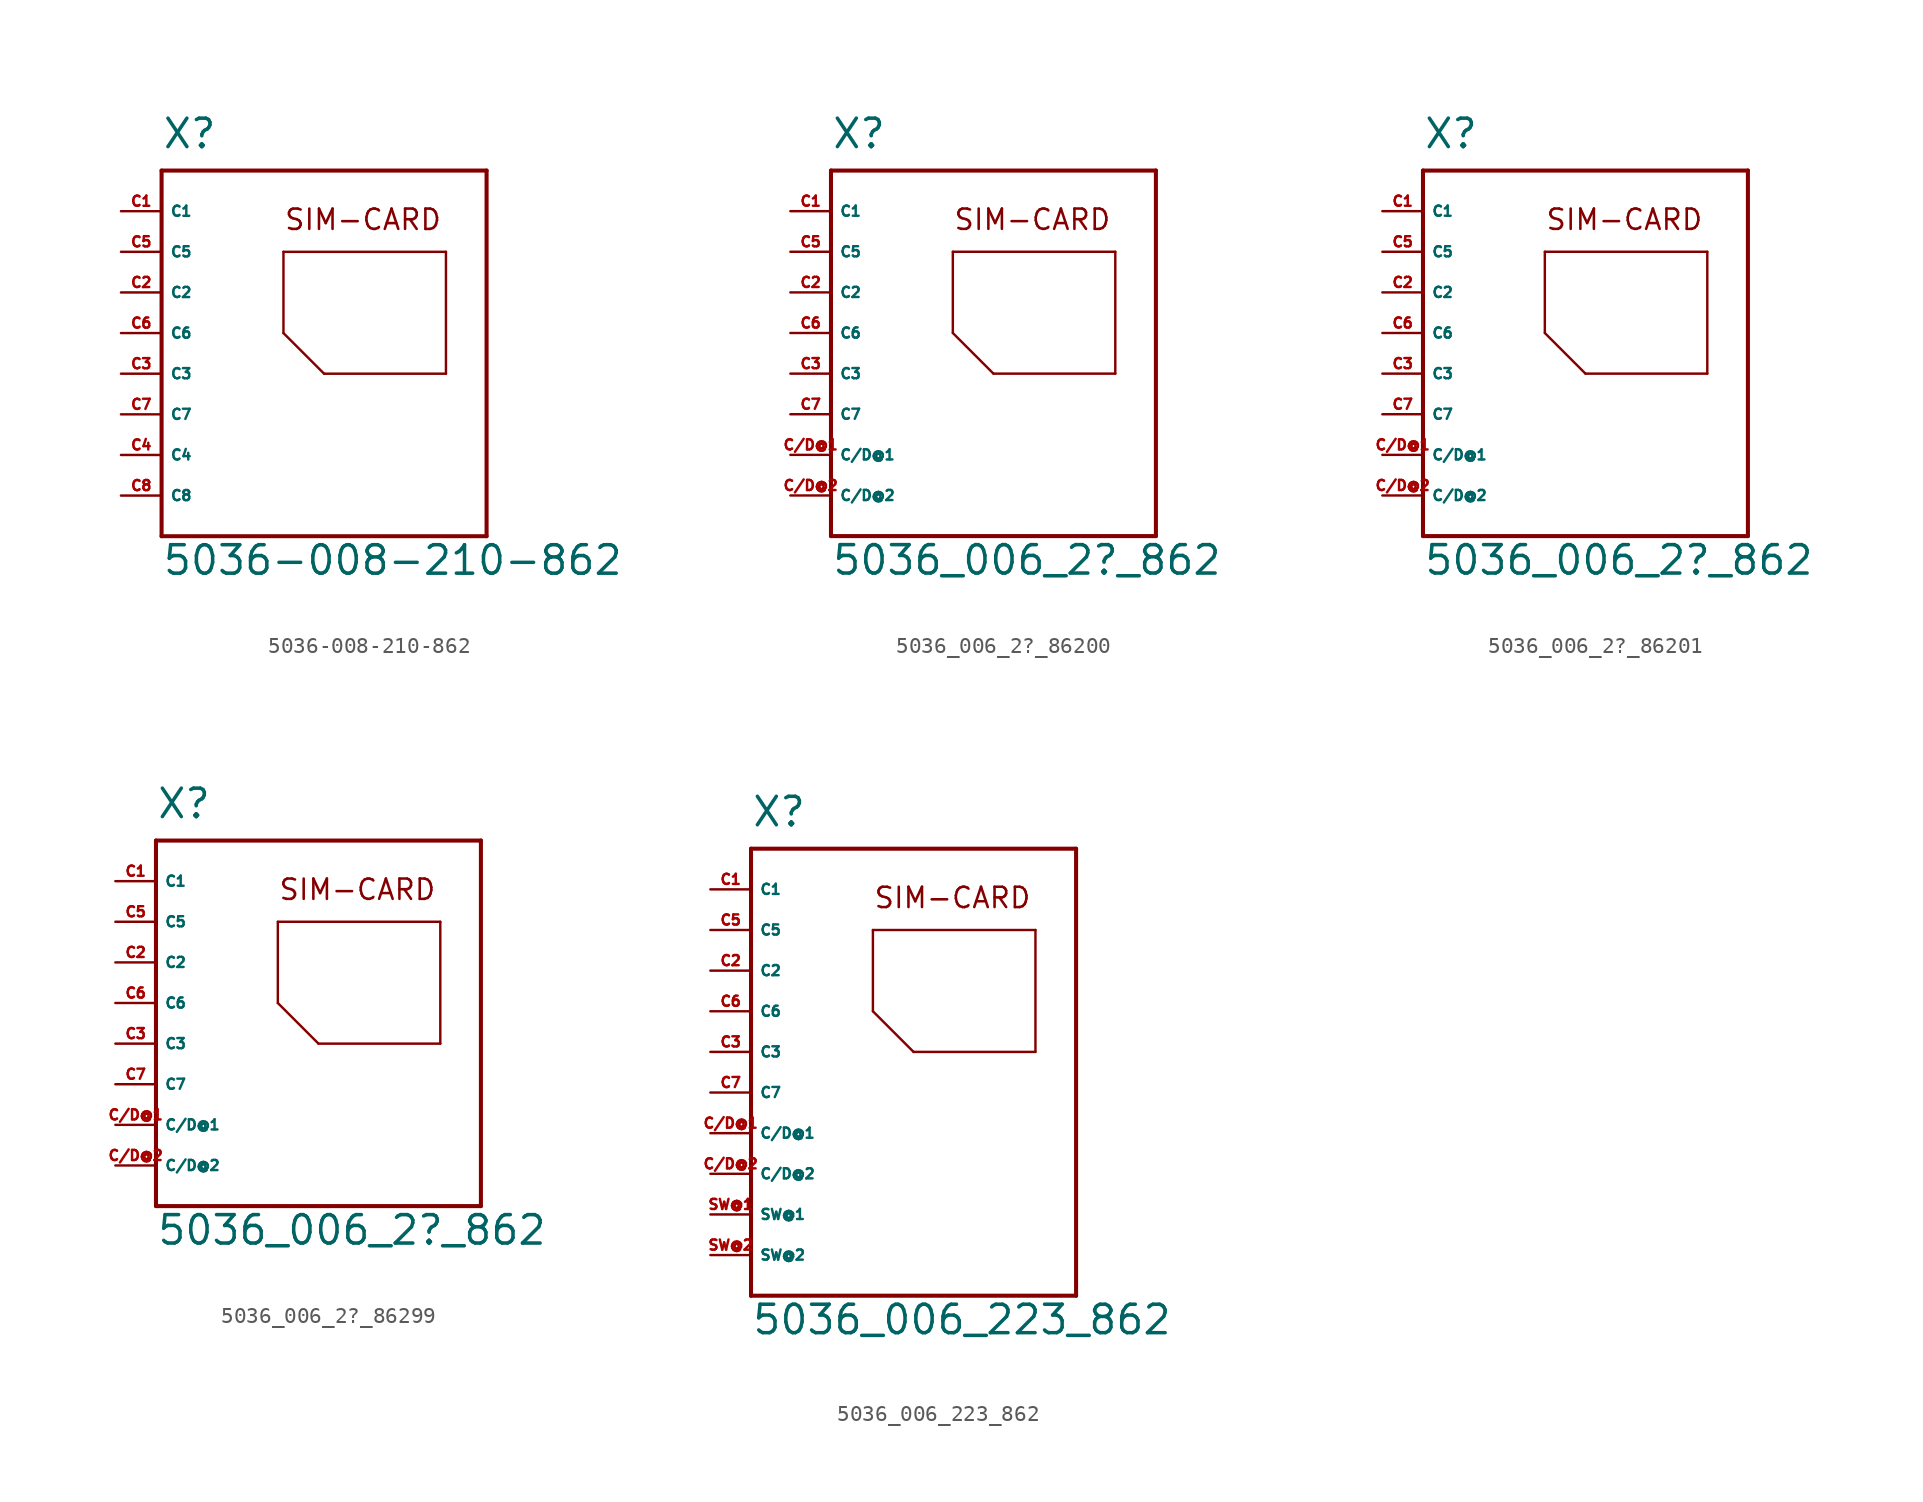
<source format=kicad_sym>
(kicad_symbol_lib
  (version 20220914)
  (generator Eagle2Kicad)
  (symbol "5036-008-210-862"
    (property "Reference" "X"
      (at -10.16 11.43 0)
      (effects (font (size 1.778 1.778) (thickness 0.22)) (justify left bottom)))
    (property "Value" "5036-008-210-862"
      (at -10.16 -15.24 0)
      (effects (font (size 1.778 1.778) (thickness 0.22)) (justify left bottom)))
    (polyline
      (pts (xy -10.16 10.16) (xy -10.16 -12.7))
      (stroke (width 0.254) (type default))
      (fill (type none)))
    (polyline
      (pts (xy -10.16 -12.7) (xy 10.16 -12.7))
      (stroke (width 0.254) (type default))
      (fill (type none)))
    (polyline
      (pts (xy 10.16 -12.7) (xy 10.16 10.16))
      (stroke (width 0.254) (type default))
      (fill (type none)))
    (polyline
      (pts (xy 10.16 10.16) (xy -10.16 10.16))
      (stroke (width 0.254) (type default))
      (fill (type none)))
    (polyline
      (pts (xy -2.54 5.08) (xy -2.54 0))
      (stroke (width 0.152) (type default))
      (fill (type none)))
    (polyline
      (pts (xy -2.54 0) (xy 0 -2.54))
      (stroke (width 0.152) (type default))
      (fill (type none)))
    (polyline
      (pts (xy 0 -2.54) (xy 7.62 -2.54))
      (stroke (width 0.152) (type default))
      (fill (type none)))
    (polyline
      (pts (xy 7.62 -2.54) (xy 7.62 5.08))
      (stroke (width 0.152) (type default))
      (fill (type none)))
    (polyline
      (pts (xy 7.62 5.08) (xy -2.54 5.08))
      (stroke (width 0.152) (type default))
      (fill (type none)))
    (text "SIM-CARD"
      (at -2.54 6.35 0)
      (effects (font (size 1.27 1.27) (thickness 0.16)) (justify left bottom)))
    (pin passive line
      (at -12.7 7.62 0)
      (length 2.54)
      (name "C1" (effects (font (size 0.635 0.635) (thickness 0.08)) (justify left bottom)))
      (number "C1" (effects (font (size 0.635 0.635) (thickness 0.08)) (justify left bottom))))
    (pin passive line
      (at -12.7 2.54 0)
      (length 2.54)
      (name "C2" (effects (font (size 0.635 0.635) (thickness 0.08)) (justify left bottom)))
      (number "C2" (effects (font (size 0.635 0.635) (thickness 0.08)) (justify left bottom))))
    (pin passive line
      (at -12.7 -2.54 0)
      (length 2.54)
      (name "C3" (effects (font (size 0.635 0.635) (thickness 0.08)) (justify left bottom)))
      (number "C3" (effects (font (size 0.635 0.635) (thickness 0.08)) (justify left bottom))))
    (pin passive line
      (at -12.7 5.08 0)
      (length 2.54)
      (name "C5" (effects (font (size 0.635 0.635) (thickness 0.08)) (justify left bottom)))
      (number "C5" (effects (font (size 0.635 0.635) (thickness 0.08)) (justify left bottom))))
    (pin passive line
      (at -12.7 0 0)
      (length 2.54)
      (name "C6" (effects (font (size 0.635 0.635) (thickness 0.08)) (justify left bottom)))
      (number "C6" (effects (font (size 0.635 0.635) (thickness 0.08)) (justify left bottom))))
    (pin passive line
      (at -12.7 -5.08 0)
      (length 2.54)
      (name "C7" (effects (font (size 0.635 0.635) (thickness 0.08)) (justify left bottom)))
      (number "C7" (effects (font (size 0.635 0.635) (thickness 0.08)) (justify left bottom))))
    (pin passive line
      (at -12.7 -7.62 0)
      (length 2.54)
      (name "C4" (effects (font (size 0.635 0.635) (thickness 0.08)) (justify left bottom)))
      (number "C4" (effects (font (size 0.635 0.635) (thickness 0.08)) (justify left bottom))))
    (pin passive line
      (at -12.7 -10.16 0)
      (length 2.54)
      (name "C8" (effects (font (size 0.635 0.635) (thickness 0.08)) (justify left bottom)))
      (number "C8" (effects (font (size 0.635 0.635) (thickness 0.08)) (justify left bottom)))))
  (symbol "5036_006_2?_86200"
    (property "Reference" "X"
      (at -10.16 11.43 0)
      (effects (font (size 1.778 1.778) (thickness 0.22)) (justify left bottom)))
    (property "Value" "5036_006_2?_862"
      (at -10.16 -15.24 0)
      (effects (font (size 1.778 1.778) (thickness 0.22)) (justify left bottom)))
    (polyline
      (pts (xy -10.16 10.16) (xy -10.16 -12.7))
      (stroke (width 0.254) (type default))
      (fill (type none)))
    (polyline
      (pts (xy -10.16 -12.7) (xy 10.16 -12.7))
      (stroke (width 0.254) (type default))
      (fill (type none)))
    (polyline
      (pts (xy 10.16 -12.7) (xy 10.16 10.16))
      (stroke (width 0.254) (type default))
      (fill (type none)))
    (polyline
      (pts (xy 10.16 10.16) (xy -10.16 10.16))
      (stroke (width 0.254) (type default))
      (fill (type none)))
    (polyline
      (pts (xy -2.54 5.08) (xy -2.54 0))
      (stroke (width 0.152) (type default))
      (fill (type none)))
    (polyline
      (pts (xy -2.54 0) (xy 0 -2.54))
      (stroke (width 0.152) (type default))
      (fill (type none)))
    (polyline
      (pts (xy 0 -2.54) (xy 7.62 -2.54))
      (stroke (width 0.152) (type default))
      (fill (type none)))
    (polyline
      (pts (xy 7.62 -2.54) (xy 7.62 5.08))
      (stroke (width 0.152) (type default))
      (fill (type none)))
    (polyline
      (pts (xy 7.62 5.08) (xy -2.54 5.08))
      (stroke (width 0.152) (type default))
      (fill (type none)))
    (text "SIM-CARD"
      (at -2.54 6.35 0)
      (effects (font (size 1.27 1.27) (thickness 0.16)) (justify left bottom)))
    (pin passive line
      (at -12.7 7.62 0)
      (length 2.54)
      (name "C1" (effects (font (size 0.635 0.635) (thickness 0.08)) (justify left bottom)))
      (number "C1" (effects (font (size 0.635 0.635) (thickness 0.08)) (justify left bottom))))
    (pin passive line
      (at -12.7 2.54 0)
      (length 2.54)
      (name "C2" (effects (font (size 0.635 0.635) (thickness 0.08)) (justify left bottom)))
      (number "C2" (effects (font (size 0.635 0.635) (thickness 0.08)) (justify left bottom))))
    (pin passive line
      (at -12.7 -2.54 0)
      (length 2.54)
      (name "C3" (effects (font (size 0.635 0.635) (thickness 0.08)) (justify left bottom)))
      (number "C3" (effects (font (size 0.635 0.635) (thickness 0.08)) (justify left bottom))))
    (pin passive line
      (at -12.7 5.08 0)
      (length 2.54)
      (name "C5" (effects (font (size 0.635 0.635) (thickness 0.08)) (justify left bottom)))
      (number "C5" (effects (font (size 0.635 0.635) (thickness 0.08)) (justify left bottom))))
    (pin passive line
      (at -12.7 0 0)
      (length 2.54)
      (name "C6" (effects (font (size 0.635 0.635) (thickness 0.08)) (justify left bottom)))
      (number "C6" (effects (font (size 0.635 0.635) (thickness 0.08)) (justify left bottom))))
    (pin passive line
      (at -12.7 -5.08 0)
      (length 2.54)
      (name "C7" (effects (font (size 0.635 0.635) (thickness 0.08)) (justify left bottom)))
      (number "C7" (effects (font (size 0.635 0.635) (thickness 0.08)) (justify left bottom))))
    (pin passive line
      (at -12.7 -7.62 0)
      (length 2.54)
      (name "C/D@1" (effects (font (size 0.635 0.635) (thickness 0.08)) (justify left bottom)))
      (number "C/D@1" (effects (font (size 0.635 0.635) (thickness 0.08)) (justify left bottom))))
    (pin passive line
      (at -12.7 -10.16 0)
      (length 2.54)
      (name "C/D@2" (effects (font (size 0.635 0.635) (thickness 0.08)) (justify left bottom)))
      (number "C/D@2" (effects (font (size 0.635 0.635) (thickness 0.08)) (justify left bottom)))))
  (symbol "5036_006_2?_86201"
    (property "Reference" "X"
      (at -10.16 11.43 0)
      (effects (font (size 1.778 1.778) (thickness 0.22)) (justify left bottom)))
    (property "Value" "5036_006_2?_862"
      (at -10.16 -15.24 0)
      (effects (font (size 1.778 1.778) (thickness 0.22)) (justify left bottom)))
    (polyline
      (pts (xy -10.16 10.16) (xy -10.16 -12.7))
      (stroke (width 0.254) (type default))
      (fill (type none)))
    (polyline
      (pts (xy -10.16 -12.7) (xy 10.16 -12.7))
      (stroke (width 0.254) (type default))
      (fill (type none)))
    (polyline
      (pts (xy 10.16 -12.7) (xy 10.16 10.16))
      (stroke (width 0.254) (type default))
      (fill (type none)))
    (polyline
      (pts (xy 10.16 10.16) (xy -10.16 10.16))
      (stroke (width 0.254) (type default))
      (fill (type none)))
    (polyline
      (pts (xy -2.54 5.08) (xy -2.54 0))
      (stroke (width 0.152) (type default))
      (fill (type none)))
    (polyline
      (pts (xy -2.54 0) (xy 0 -2.54))
      (stroke (width 0.152) (type default))
      (fill (type none)))
    (polyline
      (pts (xy 0 -2.54) (xy 7.62 -2.54))
      (stroke (width 0.152) (type default))
      (fill (type none)))
    (polyline
      (pts (xy 7.62 -2.54) (xy 7.62 5.08))
      (stroke (width 0.152) (type default))
      (fill (type none)))
    (polyline
      (pts (xy 7.62 5.08) (xy -2.54 5.08))
      (stroke (width 0.152) (type default))
      (fill (type none)))
    (text "SIM-CARD"
      (at -2.54 6.35 0)
      (effects (font (size 1.27 1.27) (thickness 0.16)) (justify left bottom)))
    (pin passive line
      (at -12.7 7.62 0)
      (length 2.54)
      (name "C1" (effects (font (size 0.635 0.635) (thickness 0.08)) (justify left bottom)))
      (number "C1" (effects (font (size 0.635 0.635) (thickness 0.08)) (justify left bottom))))
    (pin passive line
      (at -12.7 2.54 0)
      (length 2.54)
      (name "C2" (effects (font (size 0.635 0.635) (thickness 0.08)) (justify left bottom)))
      (number "C2" (effects (font (size 0.635 0.635) (thickness 0.08)) (justify left bottom))))
    (pin passive line
      (at -12.7 -2.54 0)
      (length 2.54)
      (name "C3" (effects (font (size 0.635 0.635) (thickness 0.08)) (justify left bottom)))
      (number "C3" (effects (font (size 0.635 0.635) (thickness 0.08)) (justify left bottom))))
    (pin passive line
      (at -12.7 5.08 0)
      (length 2.54)
      (name "C5" (effects (font (size 0.635 0.635) (thickness 0.08)) (justify left bottom)))
      (number "C5" (effects (font (size 0.635 0.635) (thickness 0.08)) (justify left bottom))))
    (pin passive line
      (at -12.7 0 0)
      (length 2.54)
      (name "C6" (effects (font (size 0.635 0.635) (thickness 0.08)) (justify left bottom)))
      (number "C6" (effects (font (size 0.635 0.635) (thickness 0.08)) (justify left bottom))))
    (pin passive line
      (at -12.7 -5.08 0)
      (length 2.54)
      (name "C7" (effects (font (size 0.635 0.635) (thickness 0.08)) (justify left bottom)))
      (number "C7" (effects (font (size 0.635 0.635) (thickness 0.08)) (justify left bottom))))
    (pin passive line
      (at -12.7 -7.62 0)
      (length 2.54)
      (name "C/D@1" (effects (font (size 0.635 0.635) (thickness 0.08)) (justify left bottom)))
      (number "C/D@1" (effects (font (size 0.635 0.635) (thickness 0.08)) (justify left bottom))))
    (pin passive line
      (at -12.7 -10.16 0)
      (length 2.54)
      (name "C/D@2" (effects (font (size 0.635 0.635) (thickness 0.08)) (justify left bottom)))
      (number "C/D@2" (effects (font (size 0.635 0.635) (thickness 0.08)) (justify left bottom)))))
  (symbol "5036_006_2?_86299"
    (property "Reference" "X"
      (at -10.16 11.43 0)
      (effects (font (size 1.778 1.778) (thickness 0.22)) (justify left bottom)))
    (property "Value" "5036_006_2?_862"
      (at -10.16 -15.24 0)
      (effects (font (size 1.778 1.778) (thickness 0.22)) (justify left bottom)))
    (polyline
      (pts (xy -10.16 10.16) (xy -10.16 -12.7))
      (stroke (width 0.254) (type default))
      (fill (type none)))
    (polyline
      (pts (xy -10.16 -12.7) (xy 10.16 -12.7))
      (stroke (width 0.254) (type default))
      (fill (type none)))
    (polyline
      (pts (xy 10.16 -12.7) (xy 10.16 10.16))
      (stroke (width 0.254) (type default))
      (fill (type none)))
    (polyline
      (pts (xy 10.16 10.16) (xy -10.16 10.16))
      (stroke (width 0.254) (type default))
      (fill (type none)))
    (polyline
      (pts (xy -2.54 5.08) (xy -2.54 0))
      (stroke (width 0.152) (type default))
      (fill (type none)))
    (polyline
      (pts (xy -2.54 0) (xy 0 -2.54))
      (stroke (width 0.152) (type default))
      (fill (type none)))
    (polyline
      (pts (xy 0 -2.54) (xy 7.62 -2.54))
      (stroke (width 0.152) (type default))
      (fill (type none)))
    (polyline
      (pts (xy 7.62 -2.54) (xy 7.62 5.08))
      (stroke (width 0.152) (type default))
      (fill (type none)))
    (polyline
      (pts (xy 7.62 5.08) (xy -2.54 5.08))
      (stroke (width 0.152) (type default))
      (fill (type none)))
    (text "SIM-CARD"
      (at -2.54 6.35 0)
      (effects (font (size 1.27 1.27) (thickness 0.16)) (justify left bottom)))
    (pin passive line
      (at -12.7 7.62 0)
      (length 2.54)
      (name "C1" (effects (font (size 0.635 0.635) (thickness 0.08)) (justify left bottom)))
      (number "C1" (effects (font (size 0.635 0.635) (thickness 0.08)) (justify left bottom))))
    (pin passive line
      (at -12.7 2.54 0)
      (length 2.54)
      (name "C2" (effects (font (size 0.635 0.635) (thickness 0.08)) (justify left bottom)))
      (number "C2" (effects (font (size 0.635 0.635) (thickness 0.08)) (justify left bottom))))
    (pin passive line
      (at -12.7 -2.54 0)
      (length 2.54)
      (name "C3" (effects (font (size 0.635 0.635) (thickness 0.08)) (justify left bottom)))
      (number "C3" (effects (font (size 0.635 0.635) (thickness 0.08)) (justify left bottom))))
    (pin passive line
      (at -12.7 5.08 0)
      (length 2.54)
      (name "C5" (effects (font (size 0.635 0.635) (thickness 0.08)) (justify left bottom)))
      (number "C5" (effects (font (size 0.635 0.635) (thickness 0.08)) (justify left bottom))))
    (pin passive line
      (at -12.7 0 0)
      (length 2.54)
      (name "C6" (effects (font (size 0.635 0.635) (thickness 0.08)) (justify left bottom)))
      (number "C6" (effects (font (size 0.635 0.635) (thickness 0.08)) (justify left bottom))))
    (pin passive line
      (at -12.7 -5.08 0)
      (length 2.54)
      (name "C7" (effects (font (size 0.635 0.635) (thickness 0.08)) (justify left bottom)))
      (number "C7" (effects (font (size 0.635 0.635) (thickness 0.08)) (justify left bottom))))
    (pin passive line
      (at -12.7 -7.62 0)
      (length 2.54)
      (name "C/D@1" (effects (font (size 0.635 0.635) (thickness 0.08)) (justify left bottom)))
      (number "C/D@1" (effects (font (size 0.635 0.635) (thickness 0.08)) (justify left bottom))))
    (pin passive line
      (at -12.7 -10.16 0)
      (length 2.54)
      (name "C/D@2" (effects (font (size 0.635 0.635) (thickness 0.08)) (justify left bottom)))
      (number "C/D@2" (effects (font (size 0.635 0.635) (thickness 0.08)) (justify left bottom)))))
  (symbol "5036_006_223_862"
    (property "Reference" "X"
      (at -10.16 11.43 0)
      (effects (font (size 1.778 1.778) (thickness 0.22)) (justify left bottom)))
    (property "Value" "5036_006_223_862"
      (at -10.16 -20.32 0)
      (effects (font (size 1.778 1.778) (thickness 0.22)) (justify left bottom)))
    (polyline
      (pts (xy -10.16 10.16) (xy -10.16 -17.78))
      (stroke (width 0.254) (type default))
      (fill (type none)))
    (polyline
      (pts (xy -10.16 -17.78) (xy 10.16 -17.78))
      (stroke (width 0.254) (type default))
      (fill (type none)))
    (polyline
      (pts (xy 10.16 -17.78) (xy 10.16 10.16))
      (stroke (width 0.254) (type default))
      (fill (type none)))
    (polyline
      (pts (xy 10.16 10.16) (xy -10.16 10.16))
      (stroke (width 0.254) (type default))
      (fill (type none)))
    (polyline
      (pts (xy -2.54 5.08) (xy -2.54 0))
      (stroke (width 0.152) (type default))
      (fill (type none)))
    (polyline
      (pts (xy -2.54 0) (xy 0 -2.54))
      (stroke (width 0.152) (type default))
      (fill (type none)))
    (polyline
      (pts (xy 0 -2.54) (xy 7.62 -2.54))
      (stroke (width 0.152) (type default))
      (fill (type none)))
    (polyline
      (pts (xy 7.62 -2.54) (xy 7.62 5.08))
      (stroke (width 0.152) (type default))
      (fill (type none)))
    (polyline
      (pts (xy 7.62 5.08) (xy -2.54 5.08))
      (stroke (width 0.152) (type default))
      (fill (type none)))
    (text "SIM-CARD"
      (at -2.54 6.35 0)
      (effects (font (size 1.27 1.27) (thickness 0.16)) (justify left bottom)))
    (pin passive line
      (at -12.7 7.62 0)
      (length 2.54)
      (name "C1" (effects (font (size 0.635 0.635) (thickness 0.08)) (justify left bottom)))
      (number "C1" (effects (font (size 0.635 0.635) (thickness 0.08)) (justify left bottom))))
    (pin passive line
      (at -12.7 2.54 0)
      (length 2.54)
      (name "C2" (effects (font (size 0.635 0.635) (thickness 0.08)) (justify left bottom)))
      (number "C2" (effects (font (size 0.635 0.635) (thickness 0.08)) (justify left bottom))))
    (pin passive line
      (at -12.7 -2.54 0)
      (length 2.54)
      (name "C3" (effects (font (size 0.635 0.635) (thickness 0.08)) (justify left bottom)))
      (number "C3" (effects (font (size 0.635 0.635) (thickness 0.08)) (justify left bottom))))
    (pin passive line
      (at -12.7 5.08 0)
      (length 2.54)
      (name "C5" (effects (font (size 0.635 0.635) (thickness 0.08)) (justify left bottom)))
      (number "C5" (effects (font (size 0.635 0.635) (thickness 0.08)) (justify left bottom))))
    (pin passive line
      (at -12.7 0 0)
      (length 2.54)
      (name "C6" (effects (font (size 0.635 0.635) (thickness 0.08)) (justify left bottom)))
      (number "C6" (effects (font (size 0.635 0.635) (thickness 0.08)) (justify left bottom))))
    (pin passive line
      (at -12.7 -5.08 0)
      (length 2.54)
      (name "C7" (effects (font (size 0.635 0.635) (thickness 0.08)) (justify left bottom)))
      (number "C7" (effects (font (size 0.635 0.635) (thickness 0.08)) (justify left bottom))))
    (pin passive line
      (at -12.7 -7.62 0)
      (length 2.54)
      (name "C/D@1" (effects (font (size 0.635 0.635) (thickness 0.08)) (justify left bottom)))
      (number "C/D@1" (effects (font (size 0.635 0.635) (thickness 0.08)) (justify left bottom))))
    (pin passive line
      (at -12.7 -10.16 0)
      (length 2.54)
      (name "C/D@2" (effects (font (size 0.635 0.635) (thickness 0.08)) (justify left bottom)))
      (number "C/D@2" (effects (font (size 0.635 0.635) (thickness 0.08)) (justify left bottom))))
    (pin passive line
      (at -12.7 -12.7 0)
      (length 2.54)
      (name "SW@1" (effects (font (size 0.635 0.635) (thickness 0.08)) (justify left bottom)))
      (number "SW@1" (effects (font (size 0.635 0.635) (thickness 0.08)) (justify left bottom))))
    (pin passive line
      (at -12.7 -15.24 0)
      (length 2.54)
      (name "SW@2" (effects (font (size 0.635 0.635) (thickness 0.08)) (justify left bottom)))
      (number "SW@2" (effects (font (size 0.635 0.635) (thickness 0.08)) (justify left bottom))))))
</source>
